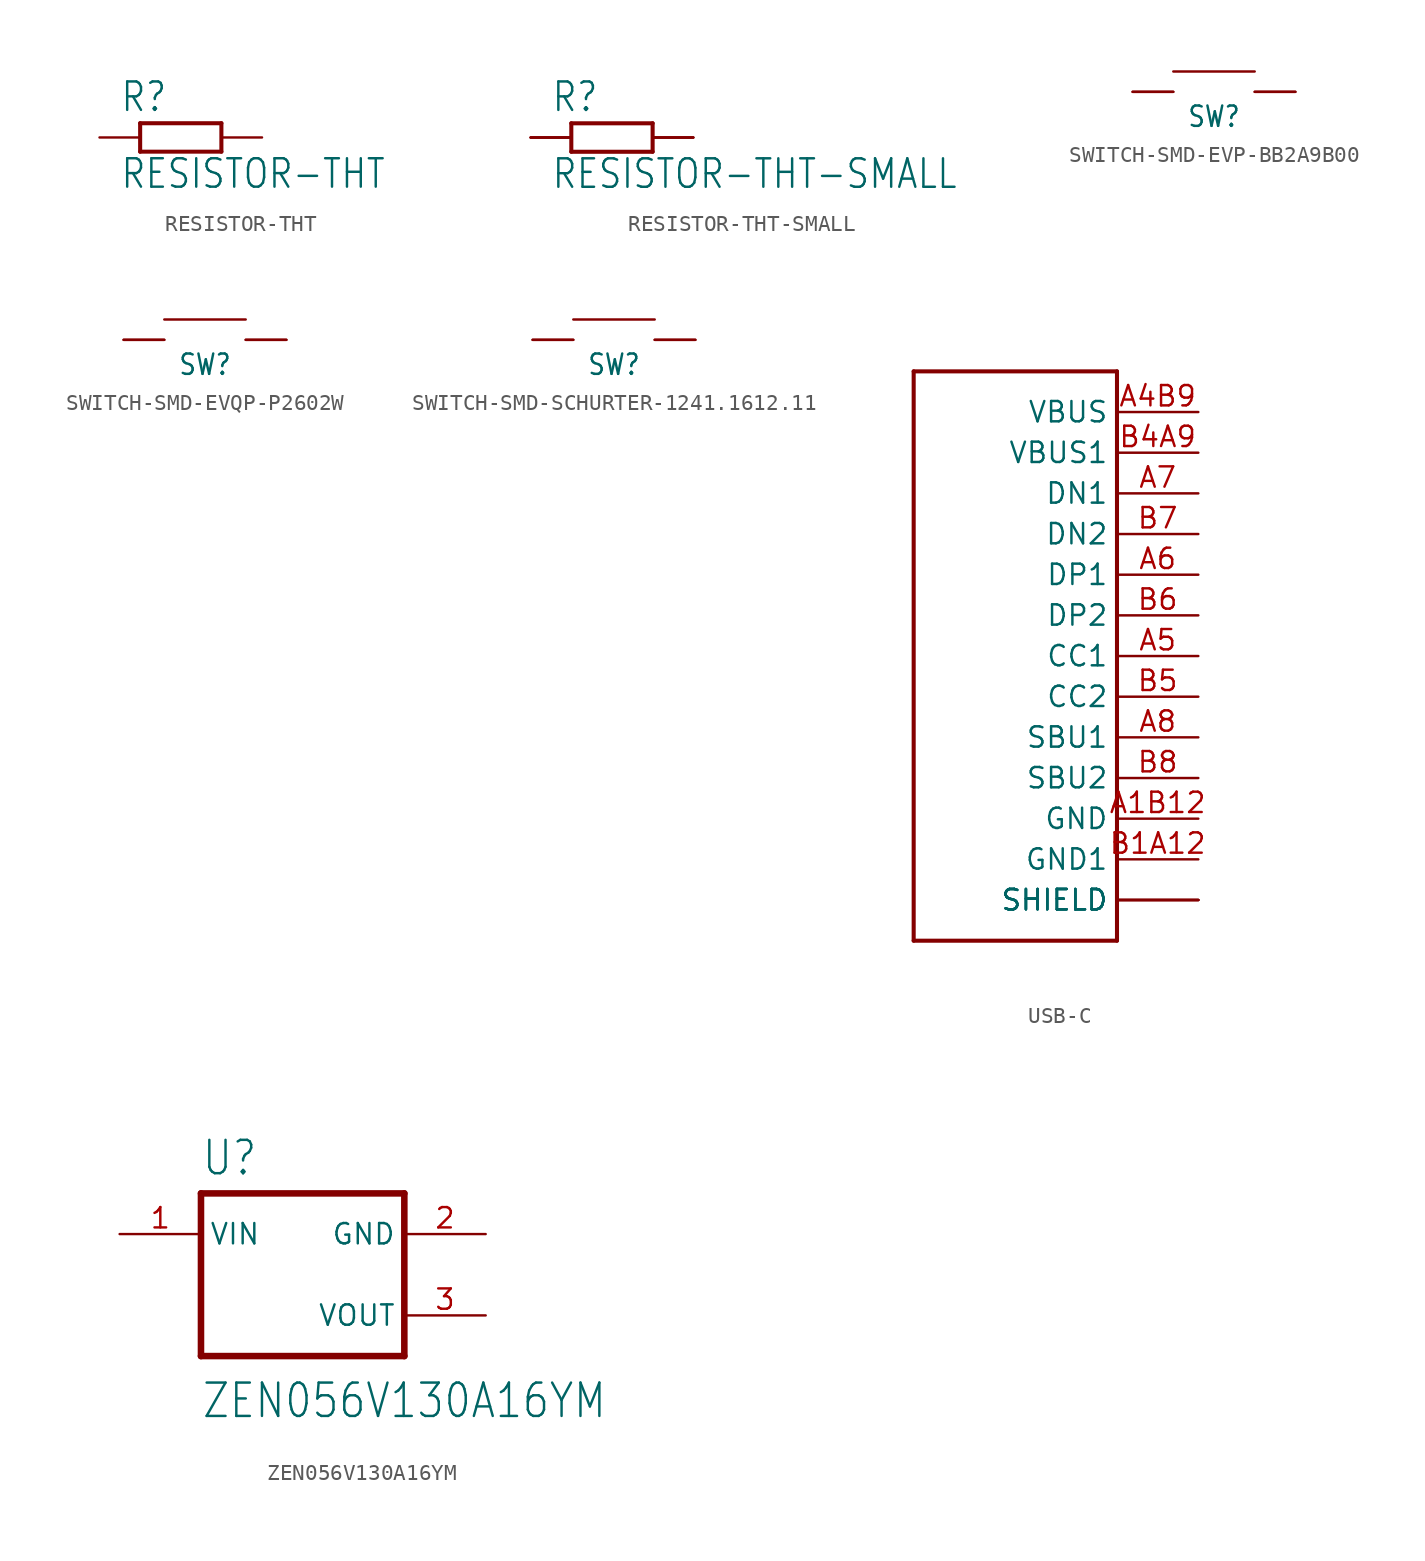
<source format=kicad_sym>
(kicad_symbol_lib
  (version 20211014)
  (generator kicad_symbol_editor)
  (symbol "RESISTOR-THT"
    (property "Reference" "R"
      (at -3.81 1.499 0)
      (effects (font (size 1.778 1.511)) (justify left bottom)))
    (property "Value" "RESISTOR-THT"
      (at -3.81 -3.302 0)
      (effects (font (size 1.778 1.511)) (justify left bottom)))
    (property "ki_locked" ""
      (at 0 0 0)
      (effects (font (size 1.27 1.27))))
    (symbol "RESISTOR-THT_1_0"
      (polyline (pts (xy -2.54 -0.889) (xy -2.54 0.889)) (stroke (width 0.254) (type default) (color 0 0 0 0)) (fill (type none)))
      (polyline (pts (xy -2.54 -0.889) (xy 2.54 -0.889)) (stroke (width 0.254) (type default) (color 0 0 0 0)) (fill (type none)))
      (polyline (pts (xy 2.54 -0.889) (xy 2.54 0.889)) (stroke (width 0.254) (type default) (color 0 0 0 0)) (fill (type none)))
      (polyline (pts (xy 2.54 0.889) (xy -2.54 0.889)) (stroke (width 0.254) (type default) (color 0 0 0 0)) (fill (type none)))
      (pin passive line (at -5.08 0 0) (length 2.54) (name "1" (effects (font (size 0 0)))) (number "1" (effects (font (size 0 0)))))
      (pin passive line (at 5.08 0 180) (length 2.54) (name "2" (effects (font (size 0 0)))) (number "2" (effects (font (size 0 0)))))))
  (symbol "RESISTOR-THT-SMALL"
    (property "Reference" "R"
      (at -3.81 1.499 0)
      (effects (font (size 1.778 1.511)) (justify left bottom)))
    (property "Value" "RESISTOR-THT-SMALL"
      (at -3.81 -3.302 0)
      (effects (font (size 1.778 1.511)) (justify left bottom)))
    (property "ki_locked" ""
      (at 0 0 0)
      (effects (font (size 1.27 1.27))))
    (symbol "RESISTOR-THT-SMALL_1_0"
      (polyline (pts (xy -2.54 -0.889) (xy -2.54 0.889)) (stroke (width 0.254) (type default) (color 0 0 0 0)) (fill (type none)))
      (polyline (pts (xy -2.54 -0.889) (xy 2.54 -0.889)) (stroke (width 0.254) (type default) (color 0 0 0 0)) (fill (type none)))
      (polyline (pts (xy 2.54 -0.889) (xy 2.54 0.889)) (stroke (width 0.254) (type default) (color 0 0 0 0)) (fill (type none)))
      (polyline (pts (xy 2.54 0.889) (xy -2.54 0.889)) (stroke (width 0.254) (type default) (color 0 0 0 0)) (fill (type none)))
      (pin passive line (at -5.08 0 0) (length 2.54) (name "1" (effects (font (size 0 0)))) (number "A1" (effects (font (size 0 0)))))
      (pin passive line (at -5.08 0 0) (length 2.54) (name "1" (effects (font (size 0 0)))) (number "A2" (effects (font (size 0 0)))))
      (pin passive line (at -5.08 0 0) (length 2.54) (name "1" (effects (font (size 0 0)))) (number "A3" (effects (font (size 0 0)))))
      (pin passive line (at 5.08 0 180) (length 2.54) (name "2" (effects (font (size 0 0)))) (number "B1" (effects (font (size 0 0)))))
      (pin passive line (at 5.08 0 180) (length 2.54) (name "2" (effects (font (size 0 0)))) (number "B2" (effects (font (size 0 0)))))
      (pin passive line (at 5.08 0 180) (length 2.54) (name "2" (effects (font (size 0 0)))) (number "B3" (effects (font (size 0 0)))))))
  (symbol "SWITCH-SMD-EVP-BB2A9B00"
    (property "Reference" "SW"
      (at 0 -2.286 0)
      (effects (font (size 1.27 1.079)) (justify bottom)))
    (property "ki_locked" ""
      (at 0 0 0)
      (effects (font (size 1.27 1.27))))
    (symbol "SWITCH-SMD-EVP-BB2A9B00_1_0"
      (polyline (pts (xy 2.54 1.27) (xy -2.54 1.27)) (stroke (width 0.152) (type default) (color 0 0 0 0)) (fill (type none)))
      (pin passive line (at -5.08 0 0) (length 2.54) (name "1" (effects (font (size 0 0)))) (number "A@1" (effects (font (size 0 0)))))
      (pin passive line (at -5.08 0 0) (length 2.54) (name "1" (effects (font (size 0 0)))) (number "A@2" (effects (font (size 0 0)))))
      (pin passive line (at 5.08 0 180) (length 2.54) (name "2" (effects (font (size 0 0)))) (number "B@3" (effects (font (size 0 0)))))
      (pin passive line (at 5.08 0 180) (length 2.54) (name "2" (effects (font (size 0 0)))) (number "B@4" (effects (font (size 0 0)))))))
  (symbol "SWITCH-SMD-EVQP-P2602W"
    (property "Reference" "SW"
      (at 0 -2.286 0)
      (effects (font (size 1.27 1.079)) (justify bottom)))
    (property "ki_locked" ""
      (at 0 0 0)
      (effects (font (size 1.27 1.27))))
    (symbol "SWITCH-SMD-EVQP-P2602W_1_0"
      (polyline (pts (xy 2.54 1.27) (xy -2.54 1.27)) (stroke (width 0.152) (type default) (color 0 0 0 0)) (fill (type none)))
      (pin passive line (at -5.08 0 0) (length 2.54) (name "1" (effects (font (size 0 0)))) (number "1A" (effects (font (size 0 0)))))
      (pin passive line (at -5.08 0 0) (length 2.54) (name "1" (effects (font (size 0 0)))) (number "1B" (effects (font (size 0 0)))))
      (pin passive line (at 5.08 0 180) (length 2.54) (name "2" (effects (font (size 0 0)))) (number "2A" (effects (font (size 0 0)))))
      (pin passive line (at 5.08 0 180) (length 2.54) (name "2" (effects (font (size 0 0)))) (number "2B" (effects (font (size 0 0)))))))
  (symbol "SWITCH-SMD-SCHURTER-1241.1612.11"
    (property "Reference" "SW"
      (at 0 -2.286 0)
      (effects (font (size 1.27 1.079)) (justify bottom)))
    (property "ki_locked" ""
      (at 0 0 0)
      (effects (font (size 1.27 1.27))))
    (symbol "SWITCH-SMD-SCHURTER-1241.1612.11_1_0"
      (polyline (pts (xy 2.54 1.27) (xy -2.54 1.27)) (stroke (width 0.152) (type default) (color 0 0 0 0)) (fill (type none)))
      (pin passive line (at -5.08 0 0) (length 2.54) (name "1" (effects (font (size 0 0)))) (number "1A" (effects (font (size 0 0)))))
      (pin passive line (at -5.08 0 0) (length 2.54) (name "1" (effects (font (size 0 0)))) (number "1B" (effects (font (size 0 0)))))
      (pin passive line (at 5.08 0 180) (length 2.54) (name "2" (effects (font (size 0 0)))) (number "2A" (effects (font (size 0 0)))))
      (pin passive line (at 5.08 0 180) (length 2.54) (name "2" (effects (font (size 0 0)))) (number "2B" (effects (font (size 0 0)))))))
  (symbol "USB-C"
    (property "Reference" ""
      (at 0 0 0)
      (effects (font (size 1.27 1.27)) hide))
    (property "ki_locked" ""
      (at 0 0 0)
      (effects (font (size 1.27 1.27))))
    (symbol "USB-C_1_0"
      (polyline (pts (xy -5.08 -20.32) (xy -5.08 15.24)) (stroke (width 0.254) (type default) (color 0 0 0 0)) (fill (type none)))
      (polyline (pts (xy -5.08 15.24) (xy 7.62 15.24)) (stroke (width 0.254) (type default) (color 0 0 0 0)) (fill (type none)))
      (polyline (pts (xy 7.62 -20.32) (xy -5.08 -20.32)) (stroke (width 0.254) (type default) (color 0 0 0 0)) (fill (type none)))
      (polyline (pts (xy 7.62 15.24) (xy 7.62 -20.32)) (stroke (width 0.254) (type default) (color 0 0 0 0)) (fill (type none)))
      (pin bidirectional line (at 12.7 -12.7 180) (length 5.08) (name "GND" (effects (font (size 1.27 1.27)))) (number "A1B12" (effects (font (size 1.27 1.27)))))
      (pin bidirectional line (at 12.7 12.7 180) (length 5.08) (name "VBUS" (effects (font (size 1.27 1.27)))) (number "A4B9" (effects (font (size 1.27 1.27)))))
      (pin bidirectional line (at 12.7 -2.54 180) (length 5.08) (name "CC1" (effects (font (size 1.27 1.27)))) (number "A5" (effects (font (size 1.27 1.27)))))
      (pin bidirectional line (at 12.7 2.54 180) (length 5.08) (name "DP1" (effects (font (size 1.27 1.27)))) (number "A6" (effects (font (size 1.27 1.27)))))
      (pin bidirectional line (at 12.7 7.62 180) (length 5.08) (name "DN1" (effects (font (size 1.27 1.27)))) (number "A7" (effects (font (size 1.27 1.27)))))
      (pin bidirectional line (at 12.7 -7.62 180) (length 5.08) (name "SBU1" (effects (font (size 1.27 1.27)))) (number "A8" (effects (font (size 1.27 1.27)))))
      (pin bidirectional line (at 12.7 -15.24 180) (length 5.08) (name "GND1" (effects (font (size 1.27 1.27)))) (number "B1A12" (effects (font (size 1.27 1.27)))))
      (pin bidirectional line (at 12.7 10.16 180) (length 5.08) (name "VBUS1" (effects (font (size 1.27 1.27)))) (number "B4A9" (effects (font (size 1.27 1.27)))))
      (pin bidirectional line (at 12.7 -5.08 180) (length 5.08) (name "CC2" (effects (font (size 1.27 1.27)))) (number "B5" (effects (font (size 1.27 1.27)))))
      (pin bidirectional line (at 12.7 0 180) (length 5.08) (name "DP2" (effects (font (size 1.27 1.27)))) (number "B6" (effects (font (size 1.27 1.27)))))
      (pin bidirectional line (at 12.7 5.08 180) (length 5.08) (name "DN2" (effects (font (size 1.27 1.27)))) (number "B7" (effects (font (size 1.27 1.27)))))
      (pin bidirectional line (at 12.7 -10.16 180) (length 5.08) (name "SBU2" (effects (font (size 1.27 1.27)))) (number "B8" (effects (font (size 1.27 1.27)))))
      (pin bidirectional line (at 12.7 -17.78 180) (length 5.08) (name "SHIELD" (effects (font (size 1.27 1.27)))) (number "P$13" (effects (font (size 0 0)))))
      (pin bidirectional line (at 12.7 -17.78 180) (length 5.08) (name "SHIELD" (effects (font (size 1.27 1.27)))) (number "P$14" (effects (font (size 0 0)))))
      (pin bidirectional line (at 12.7 -17.78 180) (length 5.08) (name "SHIELD" (effects (font (size 1.27 1.27)))) (number "P$15" (effects (font (size 0 0)))))
      (pin bidirectional line (at 12.7 -17.78 180) (length 5.08) (name "SHIELD" (effects (font (size 1.27 1.27)))) (number "P$16" (effects (font (size 0 0)))))))
  (symbol "ZEN056V130A16YM"
    (property "Reference" "U"
      (at 0 6.08 0)
      (effects (font (size 2.083 1.77)) (justify left bottom)))
    (property "Value" "ZEN056V130A16YM"
      (at 0 -9.08 0)
      (effects (font (size 2.083 1.77)) (justify left bottom)))
    (property "ki_locked" ""
      (at 0 0 0)
      (effects (font (size 1.27 1.27))))
    (symbol "ZEN056V130A16YM_1_0"
      (polyline (pts (xy 0 -5.08) (xy 0 5.08)) (stroke (width 0.41) (type default) (color 0 0 0 0)) (fill (type none)))
      (polyline (pts (xy 0 5.08) (xy 12.7 5.08)) (stroke (width 0.41) (type default) (color 0 0 0 0)) (fill (type none)))
      (polyline (pts (xy 12.7 -5.08) (xy 0 -5.08)) (stroke (width 0.41) (type default) (color 0 0 0 0)) (fill (type none)))
      (polyline (pts (xy 12.7 5.08) (xy 12.7 -5.08)) (stroke (width 0.41) (type default) (color 0 0 0 0)) (fill (type none)))
      (pin input line (at -5.08 2.54 0) (length 5.08) (name "VIN" (effects (font (size 1.27 1.27)))) (number "1" (effects (font (size 1.27 1.27)))))
      (pin output line (at 17.78 2.54 180) (length 5.08) (name "GND" (effects (font (size 1.27 1.27)))) (number "2" (effects (font (size 1.27 1.27)))))
      (pin power_in line (at 17.78 -2.54 180) (length 5.08) (name "VOUT" (effects (font (size 1.27 1.27)))) (number "3" (effects (font (size 1.27 1.27))))))))
</source>
